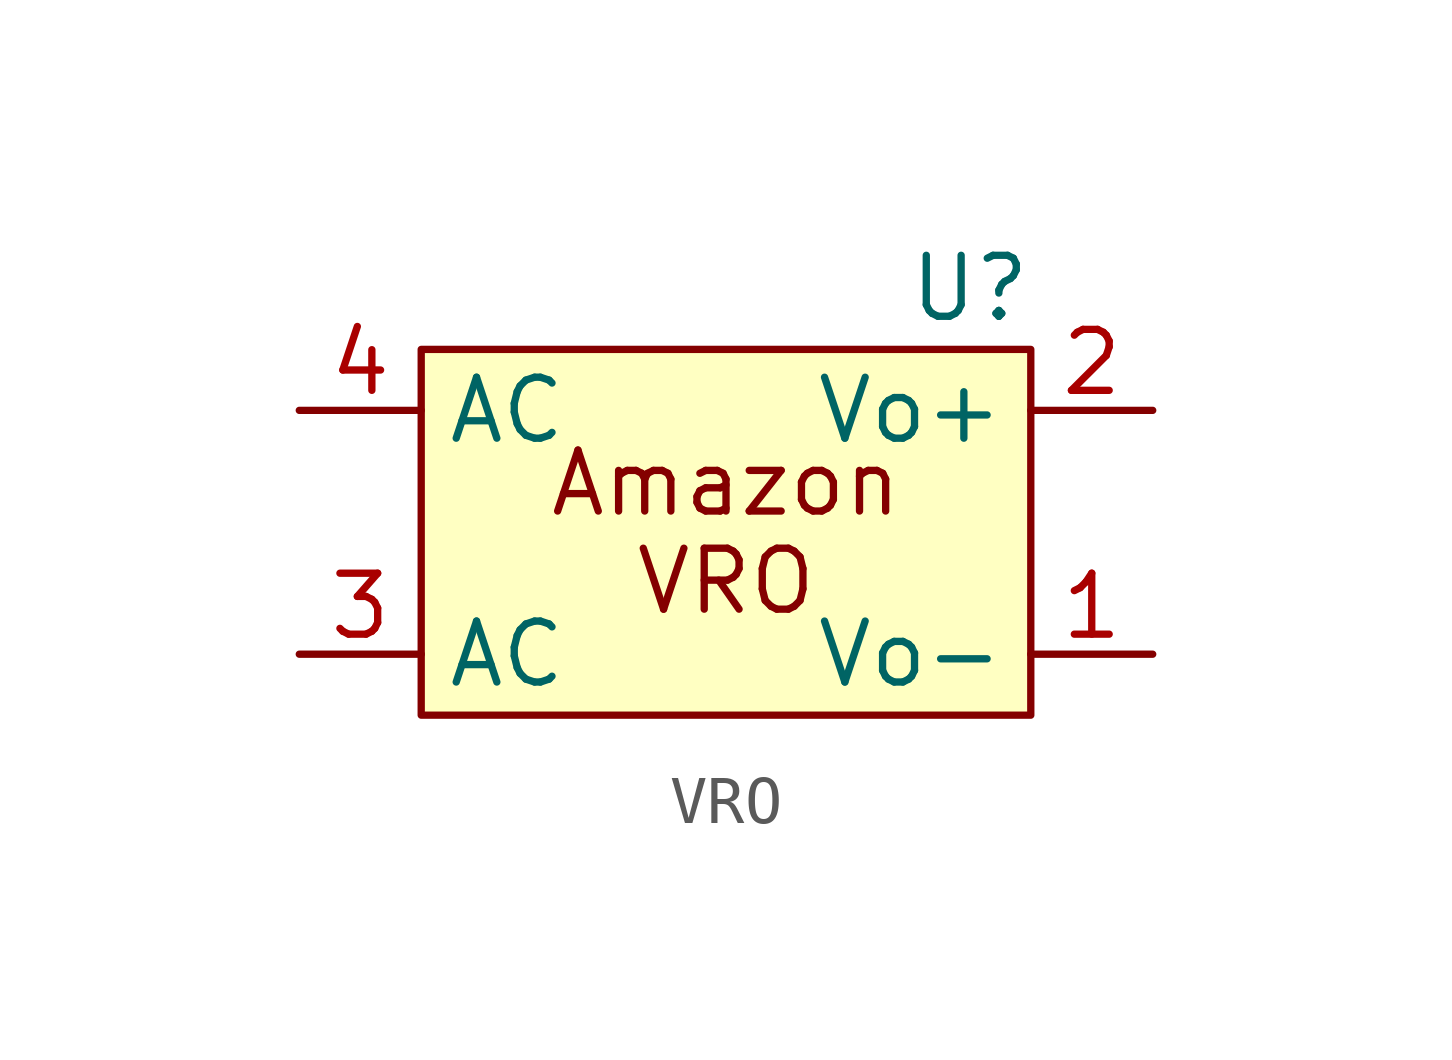
<source format=kicad_sym>
(kicad_symbol_lib
  (version 20220914)
  (generator kicad_symbol_editor)
  (symbol "VRO"
    (property "Reference" "U"
      (at 5.08 5.08 0)
      (effects (font (size 1.27 1.27))))
    (property "Value" ""
      (at 0 0 0)
      (effects (font (size 1.27 1.27))))
    (symbol "VRO_1_1"
      (rectangle (start -6.35 3.81) (end 6.35 -3.81) (stroke (width 0) (type default)) (fill (type background)))
      (text "Amazon\nVRO" (at 0 0 0) (effects (font (size 1.27 1.27))))
      (pin power_out line (at 8.89 -2.54 180) (length 2.54) (name "Vo-" (effects (font (size 1.27 1.27)))) (number "1" (effects (font (size 1.27 1.27)))))
      (pin power_out line (at 8.89 2.54 180) (length 2.54) (name "Vo+" (effects (font (size 1.27 1.27)))) (number "2" (effects (font (size 1.27 1.27)))))
      (pin power_in line (at -8.89 -2.54 0) (length 2.54) (name "AC" (effects (font (size 1.27 1.27)))) (number "3" (effects (font (size 1.27 1.27)))))
      (pin power_in line (at -8.89 2.54 0) (length 2.54) (name "AC" (effects (font (size 1.27 1.27)))) (number "4" (effects (font (size 1.27 1.27))))))))
</source>
